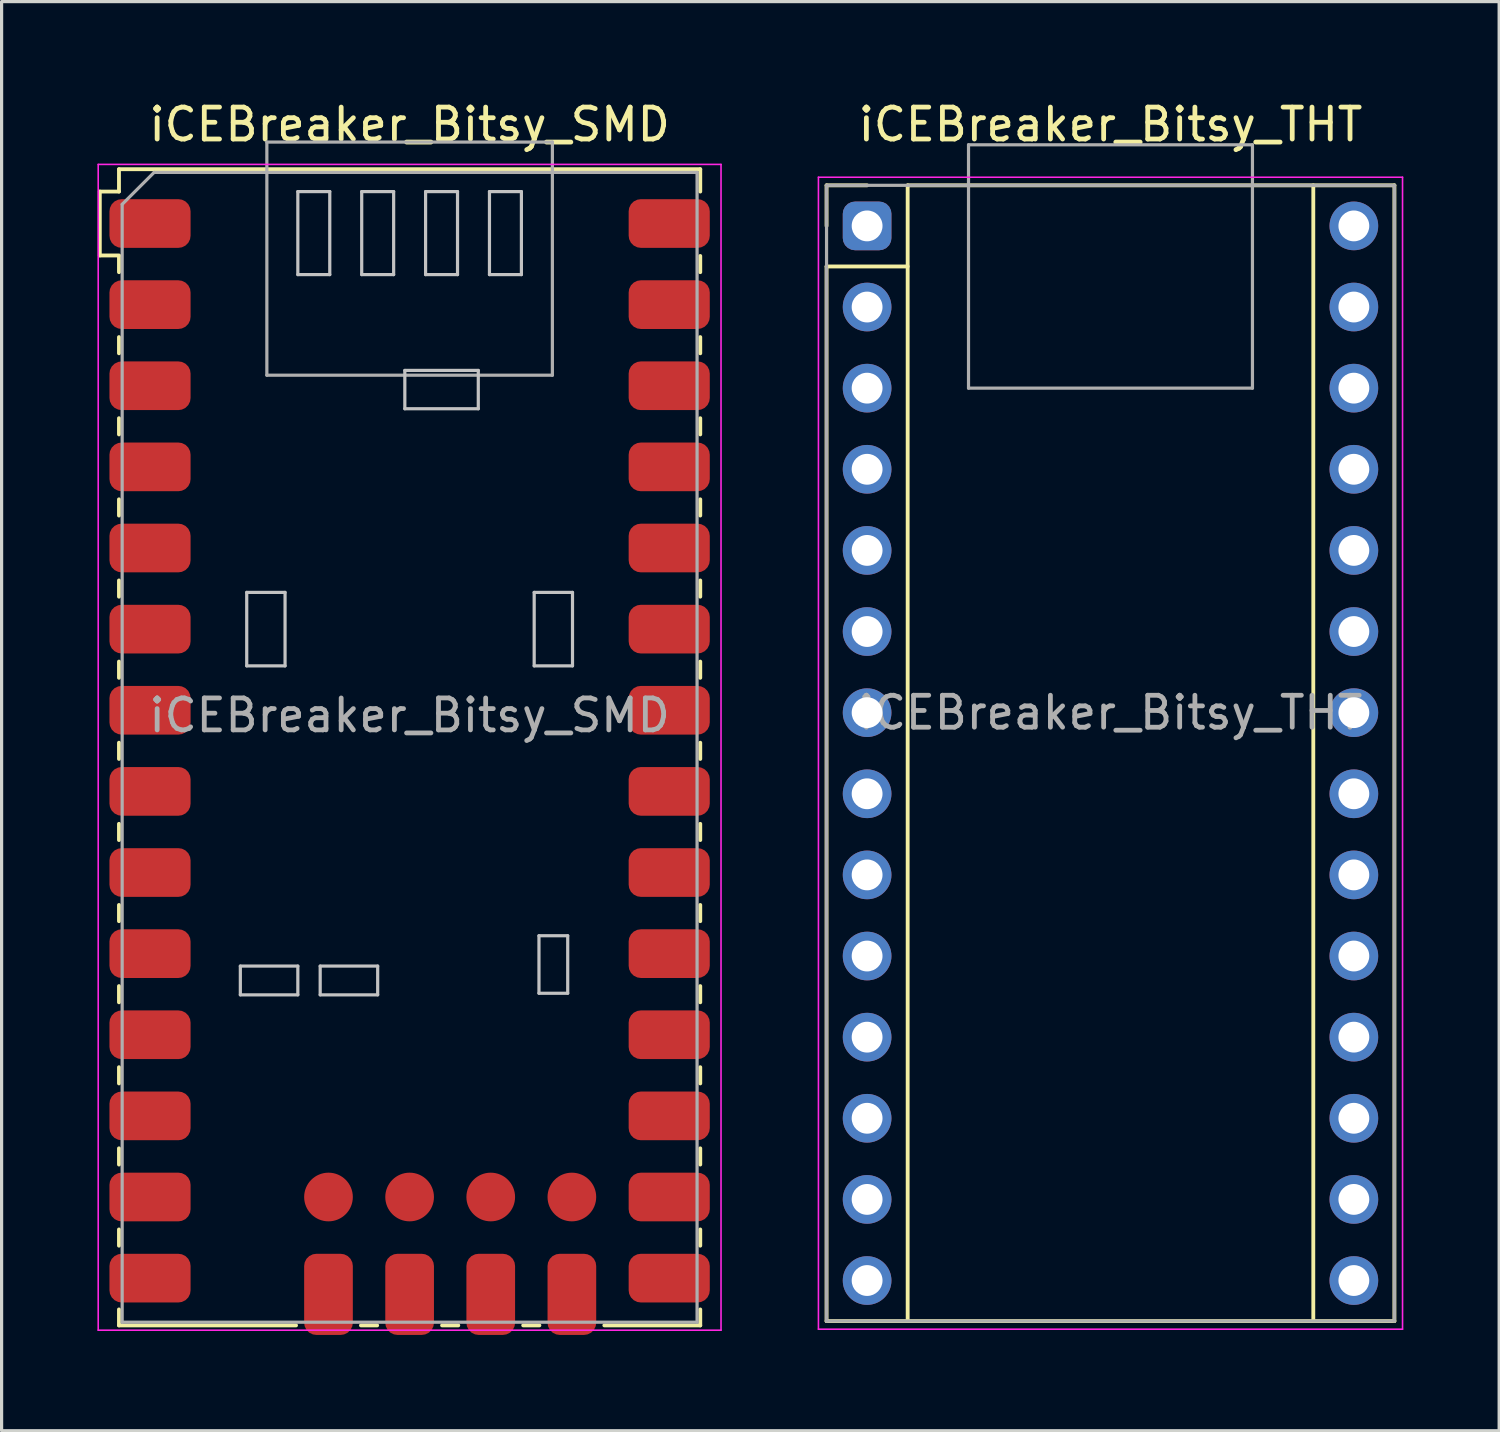
<source format=kicad_pcb>
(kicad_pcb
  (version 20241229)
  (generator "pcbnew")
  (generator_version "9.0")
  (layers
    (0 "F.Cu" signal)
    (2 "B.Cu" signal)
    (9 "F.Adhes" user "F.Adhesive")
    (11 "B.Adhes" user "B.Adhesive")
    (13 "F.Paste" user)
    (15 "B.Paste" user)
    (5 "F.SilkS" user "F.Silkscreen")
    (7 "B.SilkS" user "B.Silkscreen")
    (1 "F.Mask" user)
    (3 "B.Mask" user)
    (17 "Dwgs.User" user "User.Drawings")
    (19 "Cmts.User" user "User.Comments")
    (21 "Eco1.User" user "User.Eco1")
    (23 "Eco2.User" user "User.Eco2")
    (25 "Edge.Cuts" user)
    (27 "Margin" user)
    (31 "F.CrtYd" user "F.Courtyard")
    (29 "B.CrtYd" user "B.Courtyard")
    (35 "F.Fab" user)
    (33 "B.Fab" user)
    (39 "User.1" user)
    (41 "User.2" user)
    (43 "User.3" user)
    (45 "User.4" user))
  (footprint "iCEBreaker_Bitsy_THT"
    (layer "F.Cu")
    (at 31.719 20.533)
    (property "Reference" "iCEBreaker_Bitsy_THT" (at 0 -19.685 0) (layer "F.SilkS") (effects (font (size 1 1) (thickness 0.15))))
    (attr through_hole)
    (fp_line (start -8.89 -17.78) (end -8.89 -16.51) (stroke (width 0.12) (type solid)) (layer "F.SilkS"))
    (fp_line (start -8.89 -15.24) (end -6.35 -15.24) (stroke (width 0.12) (type solid)) (layer "F.SilkS"))
    (fp_line (start -8.89 17.78) (end -8.89 -15.24) (stroke (width 0.12) (type solid)) (layer "F.SilkS"))
    (fp_line (start -7.62 -17.78) (end -8.89 -17.78) (stroke (width 0.12) (type solid)) (layer "F.SilkS"))
    (fp_line (start -6.35 -17.78) (end -6.35 17.78) (stroke (width 0.12) (type solid)) (layer "F.SilkS"))
    (fp_line (start -6.35 -17.78) (end 8.89 -17.78) (stroke (width 0.12) (type solid)) (layer "F.SilkS"))
    (fp_line (start 6.35 17.78) (end 6.35 -17.78) (stroke (width 0.12) (type solid)) (layer "F.SilkS"))
    (fp_line (start 8.89 -17.78) (end 8.89 17.78) (stroke (width 0.12) (type solid)) (layer "F.SilkS"))
    (fp_line (start 8.89 17.78) (end -8.89 17.78) (stroke (width 0.12) (type solid)) (layer "F.SilkS"))
    (fp_line (start -9.144 -18.034) (end 9.144 -18.034) (stroke (width 0.05) (type solid)) (layer "F.CrtYd"))
    (fp_line (start -9.144 18.034) (end -9.144 -18.034) (stroke (width 0.05) (type solid)) (layer "F.CrtYd"))
    (fp_line (start 9.144 -18.034) (end 9.144 18.034) (stroke (width 0.05) (type solid)) (layer "F.CrtYd"))
    (fp_line (start 9.144 18.034) (end -9.144 18.034) (stroke (width 0.05) (type solid)) (layer "F.CrtYd"))
    (fp_line (start -8.89 -17.78) (end 8.89 -17.78) (stroke (width 0.1) (type solid)) (layer "F.Fab"))
    (fp_line (start -8.89 17.78) (end -8.89 -17.78) (stroke (width 0.1) (type solid)) (layer "F.Fab"))
    (fp_line (start -4.445 -19.05) (end -4.445 -11.43) (stroke (width 0.1) (type solid)) (layer "F.Fab"))
    (fp_line (start -4.445 -19.05) (end 4.445 -19.05) (stroke (width 0.1) (type solid)) (layer "F.Fab"))
    (fp_line (start -4.445 -11.43) (end 4.445 -11.43) (stroke (width 0.1) (type solid)) (layer "F.Fab"))
    (fp_line (start 4.445 -19.05) (end 4.445 -11.43) (stroke (width 0.1) (type solid)) (layer "F.Fab"))
    (fp_line (start 8.89 -17.78) (end 8.89 17.78) (stroke (width 0.1) (type solid)) (layer "F.Fab"))
    (fp_line (start 8.89 17.78) (end -8.89 17.78) (stroke (width 0.1) (type solid)) (layer "F.Fab"))
    (fp_text user "${REFERENCE}" (at 0 -1.27 0) (layer "F.Fab") (effects (font (size 1 1) (thickness 0.15))))
    (pad "1" thru_hole roundrect (at -7.62 -16.51 270) (size 1.524 1.524) (drill 0.965) (layers "*.Cu" "*.Mask") (roundrect_rratio 0.25))
    (pad "2" thru_hole circle (at -7.62 -13.97 270) (size 1.524 1.524) (drill 0.965) (layers "*.Cu" "*.Mask"))
    (pad "3" thru_hole circle (at -7.62 -11.43 270) (size 1.524 1.524) (drill 0.965) (layers "*.Cu" "*.Mask"))
    (pad "4" thru_hole circle (at -7.62 -8.89 270) (size 1.524 1.524) (drill 0.965) (layers "*.Cu" "*.Mask"))
    (pad "5" thru_hole circle (at -7.62 -6.35 270) (size 1.524 1.524) (drill 0.965) (layers "*.Cu" "*.Mask"))
    (pad "6" thru_hole circle (at -7.62 -3.81 270) (size 1.524 1.524) (drill 0.965) (layers "*.Cu" "*.Mask"))
    (pad "7" thru_hole circle (at -7.62 -1.27 270) (size 1.524 1.524) (drill 0.965) (layers "*.Cu" "*.Mask"))
    (pad "8" thru_hole circle (at -7.62 1.27 270) (size 1.524 1.524) (drill 0.965) (layers "*.Cu" "*.Mask"))
    (pad "9" thru_hole circle (at -7.62 3.81 270) (size 1.524 1.524) (drill 0.965) (layers "*.Cu" "*.Mask"))
    (pad "10" thru_hole circle (at -7.62 6.35 270) (size 1.524 1.524) (drill 0.965) (layers "*.Cu" "*.Mask"))
    (pad "11" thru_hole circle (at -7.62 8.89 270) (size 1.524 1.524) (drill 0.965) (layers "*.Cu" "*.Mask"))
    (pad "12" thru_hole circle (at -7.62 11.43 270) (size 1.524 1.524) (drill 0.965) (layers "*.Cu" "*.Mask"))
    (pad "13" thru_hole circle (at -7.62 13.97 270) (size 1.524 1.524) (drill 0.965) (layers "*.Cu" "*.Mask"))
    (pad "14" thru_hole circle (at -7.62 16.51 270) (size 1.524 1.524) (drill 0.965) (layers "*.Cu" "*.Mask"))
    (pad "15" thru_hole circle (at 7.62 16.51 270) (size 1.524 1.524) (drill 0.965) (layers "*.Cu" "*.Mask"))
    (pad "16" thru_hole circle (at 7.62 13.97 270) (size 1.524 1.524) (drill 0.965) (layers "*.Cu" "*.Mask"))
    (pad "17" thru_hole circle (at 7.62 11.43 270) (size 1.524 1.524) (drill 0.965) (layers "*.Cu" "*.Mask"))
    (pad "18" thru_hole circle (at 7.62 8.89 270) (size 1.524 1.524) (drill 0.965) (layers "*.Cu" "*.Mask"))
    (pad "19" thru_hole circle (at 7.62 6.35 270) (size 1.524 1.524) (drill 0.965) (layers "*.Cu" "*.Mask"))
    (pad "20" thru_hole circle (at 7.62 3.81 270) (size 1.524 1.524) (drill 0.965) (layers "*.Cu" "*.Mask"))
    (pad "21" thru_hole circle (at 7.62 1.27 270) (size 1.524 1.524) (drill 0.965) (layers "*.Cu" "*.Mask"))
    (pad "22" thru_hole circle (at 7.62 -1.27 270) (size 1.524 1.524) (drill 0.965) (layers "*.Cu" "*.Mask"))
    (pad "23" thru_hole circle (at 7.62 -3.81 270) (size 1.524 1.524) (drill 0.965) (layers "*.Cu" "*.Mask"))
    (pad "24" thru_hole circle (at 7.62 -6.35 270) (size 1.524 1.524) (drill 0.965) (layers "*.Cu" "*.Mask"))
    (pad "25" thru_hole circle (at 7.62 -8.89 270) (size 1.524 1.524) (drill 0.965) (layers "*.Cu" "*.Mask"))
    (pad "26" thru_hole circle (at 7.62 -11.43 270) (size 1.524 1.524) (drill 0.965) (layers "*.Cu" "*.Mask"))
    (pad "27" thru_hole circle (at 7.62 -13.97 270) (size 1.524 1.524) (drill 0.965) (layers "*.Cu" "*.Mask"))
    (pad "28" thru_hole circle (at 7.62 -16.51 270) (size 1.524 1.524) (drill 0.965) (layers "*.Cu" "*.Mask")))
  (footprint "iCEBreaker_Bitsy_SMD"
    (layer "F.Cu")
    (at 9.775 20.348)
    (property "Reference" "iCEBreaker_Bitsy_SMD" (at 0 -19.5 0) (layer "F.SilkS") (effects (font (size 1 1) (thickness 0.15))))
    (attr smd)
    (fp_line (start -9.7 -17.4) (end -9.7 -15.4) (stroke (width 0.12) (type solid)) (layer "F.SilkS"))
    (fp_line (start -9.7 -15.4) (end -9.1 -15.4) (stroke (width 0.12) (type solid)) (layer "F.SilkS"))
    (fp_line (start -9.1 -18.1) (end -9.1 -17.4) (stroke (width 0.12) (type solid)) (layer "F.SilkS"))
    (fp_line (start -9.1 -18.1) (end 9.1 -18.1) (stroke (width 0.12) (type solid)) (layer "F.SilkS"))
    (fp_line (start -9.1 -17.4) (end -9.7 -17.4) (stroke (width 0.12) (type solid)) (layer "F.SilkS"))
    (fp_line (start -9.1 -15.384) (end -9.1 -14.876) (stroke (width 0.12) (type solid)) (layer "F.SilkS"))
    (fp_line (start -9.1 -12.844) (end -9.1 -12.336) (stroke (width 0.12) (type solid)) (layer "F.SilkS"))
    (fp_line (start -9.1 -10.304) (end -9.1 -9.796) (stroke (width 0.12) (type solid)) (layer "F.SilkS"))
    (fp_line (start -9.1 -7.764) (end -9.1 -7.256) (stroke (width 0.12) (type solid)) (layer "F.SilkS"))
    (fp_line (start -9.1 -5.224) (end -9.1 -4.716) (stroke (width 0.12) (type solid)) (layer "F.SilkS"))
    (fp_line (start -9.1 -2.684) (end -9.1 -2.176) (stroke (width 0.12) (type solid)) (layer "F.SilkS"))
    (fp_line (start -9.1 -0.144) (end -9.1 0.364) (stroke (width 0.12) (type solid)) (layer "F.SilkS"))
    (fp_line (start -9.1 2.396) (end -9.1 2.904) (stroke (width 0.12) (type solid)) (layer "F.SilkS"))
    (fp_line (start -9.1 4.936) (end -9.1 5.444) (stroke (width 0.12) (type solid)) (layer "F.SilkS"))
    (fp_line (start -9.1 7.476) (end -9.1 7.984) (stroke (width 0.12) (type solid)) (layer "F.SilkS"))
    (fp_line (start -9.1 10.016) (end -9.1 10.524) (stroke (width 0.12) (type solid)) (layer "F.SilkS"))
    (fp_line (start -9.1 12.556) (end -9.1 13.064) (stroke (width 0.12) (type solid)) (layer "F.SilkS"))
    (fp_line (start -9.1 15.096) (end -9.1 15.604) (stroke (width 0.12) (type solid)) (layer "F.SilkS"))
    (fp_line (start -9.1 18.1) (end -9.1 17.6) (stroke (width 0.12) (type solid)) (layer "F.SilkS"))
    (fp_line (start -3.556 18.1) (end -9.1 18.1) (stroke (width 0.12) (type solid)) (layer "F.SilkS"))
    (fp_line (start -1.016 18.1) (end -1.524 18.1) (stroke (width 0.12) (type solid)) (layer "F.SilkS"))
    (fp_line (start 1.524 18.1) (end 1.016 18.1) (stroke (width 0.12) (type solid)) (layer "F.SilkS"))
    (fp_line (start 4.064 18.1) (end 3.556 18.1) (stroke (width 0.12) (type solid)) (layer "F.SilkS"))
    (fp_line (start 9.1 -18.1) (end 9.1 -17.4) (stroke (width 0.12) (type solid)) (layer "F.SilkS"))
    (fp_line (start 9.1 -15.384) (end 9.1 -14.876) (stroke (width 0.12) (type solid)) (layer "F.SilkS"))
    (fp_line (start 9.1 -12.844) (end 9.1 -12.336) (stroke (width 0.12) (type solid)) (layer "F.SilkS"))
    (fp_line (start 9.1 -10.304) (end 9.1 -9.796) (stroke (width 0.12) (type solid)) (layer "F.SilkS"))
    (fp_line (start 9.1 -7.764) (end 9.1 -7.256) (stroke (width 0.12) (type solid)) (layer "F.SilkS"))
    (fp_line (start 9.1 -5.224) (end 9.1 -4.716) (stroke (width 0.12) (type solid)) (layer "F.SilkS"))
    (fp_line (start 9.1 -2.684) (end 9.1 -2.176) (stroke (width 0.12) (type solid)) (layer "F.SilkS"))
    (fp_line (start 9.1 -0.144) (end 9.1 0.364) (stroke (width 0.12) (type solid)) (layer "F.SilkS"))
    (fp_line (start 9.1 2.396) (end 9.1 2.904) (stroke (width 0.12) (type solid)) (layer "F.SilkS"))
    (fp_line (start 9.1 4.936) (end 9.1 5.444) (stroke (width 0.12) (type solid)) (layer "F.SilkS"))
    (fp_line (start 9.1 7.476) (end 9.1 7.984) (stroke (width 0.12) (type solid)) (layer "F.SilkS"))
    (fp_line (start 9.1 10.016) (end 9.1 10.524) (stroke (width 0.12) (type solid)) (layer "F.SilkS"))
    (fp_line (start 9.1 12.556) (end 9.1 13.064) (stroke (width 0.12) (type solid)) (layer "F.SilkS"))
    (fp_line (start 9.1 15.096) (end 9.1 15.604) (stroke (width 0.12) (type solid)) (layer "F.SilkS"))
    (fp_line (start 9.1 18.1) (end 6.096 18.1) (stroke (width 0.12) (type solid)) (layer "F.SilkS"))
    (fp_line (start 9.1 18.1) (end 9.1 17.6) (stroke (width 0.12) (type solid)) (layer "F.SilkS"))
    (fp_line (start -5.3 6.85) (end -3.5 6.85) (stroke (width 0.1) (type solid)) (layer "Dwgs.User"))
    (fp_line (start -5.3 7.75) (end -5.3 6.85) (stroke (width 0.1) (type solid)) (layer "Dwgs.User"))
    (fp_line (start -5.1 -4.85) (end -5.1 -2.55) (stroke (width 0.1) (type solid)) (layer "Dwgs.User"))
    (fp_line (start -5.1 -2.55) (end -3.9 -2.55) (stroke (width 0.1) (type solid)) (layer "Dwgs.User"))
    (fp_line (start -3.9 -4.85) (end -5.1 -4.85) (stroke (width 0.1) (type solid)) (layer "Dwgs.User"))
    (fp_line (start -3.9 -2.55) (end -3.9 -4.85) (stroke (width 0.1) (type solid)) (layer "Dwgs.User"))
    (fp_line (start -3.5 -17.4) (end -2.5 -17.4) (stroke (width 0.1) (type solid)) (layer "Dwgs.User"))
    (fp_line (start -3.5 -14.8) (end -3.5 -17.4) (stroke (width 0.1) (type solid)) (layer "Dwgs.User"))
    (fp_line (start -3.5 6.85) (end -3.5 7.75) (stroke (width 0.1) (type solid)) (layer "Dwgs.User"))
    (fp_line (start -3.5 7.75) (end -5.3 7.75) (stroke (width 0.1) (type solid)) (layer "Dwgs.User"))
    (fp_line (start -2.8 6.85) (end -1 6.85) (stroke (width 0.1) (type solid)) (layer "Dwgs.User"))
    (fp_line (start -2.8 7.75) (end -2.8 6.85) (stroke (width 0.1) (type solid)) (layer "Dwgs.User"))
    (fp_line (start -2.5 -17.4) (end -2.5 -14.8) (stroke (width 0.1) (type solid)) (layer "Dwgs.User"))
    (fp_line (start -2.5 -14.8) (end -3.5 -14.8) (stroke (width 0.1) (type solid)) (layer "Dwgs.User"))
    (fp_line (start -1.5 -17.4) (end -0.5 -17.4) (stroke (width 0.1) (type solid)) (layer "Dwgs.User"))
    (fp_line (start -1.5 -14.8) (end -1.5 -17.4) (stroke (width 0.1) (type solid)) (layer "Dwgs.User"))
    (fp_line (start -1 6.85) (end -1 7.75) (stroke (width 0.1) (type solid)) (layer "Dwgs.User"))
    (fp_line (start -1 7.75) (end -2.8 7.75) (stroke (width 0.1) (type solid)) (layer "Dwgs.User"))
    (fp_line (start -0.5 -17.4) (end -0.5 -14.8) (stroke (width 0.1) (type solid)) (layer "Dwgs.User"))
    (fp_line (start -0.5 -14.8) (end -1.5 -14.8) (stroke (width 0.1) (type solid)) (layer "Dwgs.User"))
    (fp_line (start -0.15 -11.8) (end 2.15 -11.8) (stroke (width 0.1) (type solid)) (layer "Dwgs.User"))
    (fp_line (start -0.15 -10.6) (end -0.15 -11.8) (stroke (width 0.1) (type solid)) (layer "Dwgs.User"))
    (fp_line (start 0.5 -17.4) (end 1.5 -17.4) (stroke (width 0.1) (type solid)) (layer "Dwgs.User"))
    (fp_line (start 0.5 -14.8) (end 0.5 -17.4) (stroke (width 0.1) (type solid)) (layer "Dwgs.User"))
    (fp_line (start 1.5 -17.4) (end 1.5 -14.8) (stroke (width 0.1) (type solid)) (layer "Dwgs.User"))
    (fp_line (start 1.5 -14.8) (end 0.5 -14.8) (stroke (width 0.1) (type solid)) (layer "Dwgs.User"))
    (fp_line (start 2.15 -11.8) (end 2.15 -10.6) (stroke (width 0.1) (type solid)) (layer "Dwgs.User"))
    (fp_line (start 2.15 -10.6) (end -0.15 -10.6) (stroke (width 0.1) (type solid)) (layer "Dwgs.User"))
    (fp_line (start 2.5 -17.4) (end 3.5 -17.4) (stroke (width 0.1) (type solid)) (layer "Dwgs.User"))
    (fp_line (start 2.5 -14.8) (end 2.5 -17.4) (stroke (width 0.1) (type solid)) (layer "Dwgs.User"))
    (fp_line (start 3.5 -17.4) (end 3.5 -14.8) (stroke (width 0.1) (type solid)) (layer "Dwgs.User"))
    (fp_line (start 3.5 -14.8) (end 2.5 -14.8) (stroke (width 0.1) (type solid)) (layer "Dwgs.User"))
    (fp_line (start 3.9 -4.85) (end 5.1 -4.85) (stroke (width 0.1) (type solid)) (layer "Dwgs.User"))
    (fp_line (start 3.9 -2.55) (end 3.9 -4.85) (stroke (width 0.1) (type solid)) (layer "Dwgs.User"))
    (fp_line (start 4.05 5.9) (end 4.95 5.9) (stroke (width 0.1) (type solid)) (layer "Dwgs.User"))
    (fp_line (start 4.05 7.7) (end 4.05 5.9) (stroke (width 0.1) (type solid)) (layer "Dwgs.User"))
    (fp_line (start 4.95 5.9) (end 4.95 7.7) (stroke (width 0.1) (type solid)) (layer "Dwgs.User"))
    (fp_line (start 4.95 7.7) (end 4.05 7.7) (stroke (width 0.1) (type solid)) (layer "Dwgs.User"))
    (fp_line (start 5.1 -4.85) (end 5.1 -2.55) (stroke (width 0.1) (type solid)) (layer "Dwgs.User"))
    (fp_line (start 5.1 -2.55) (end 3.9 -2.55) (stroke (width 0.1) (type solid)) (layer "Dwgs.User"))
    (fp_line (start -9.75 -18.25) (end 9.75 -18.25) (stroke (width 0.05) (type solid)) (layer "F.CrtYd"))
    (fp_line (start -9.75 18.25) (end -9.75 -18.25) (stroke (width 0.05) (type solid)) (layer "F.CrtYd"))
    (fp_line (start 9.75 -18.25) (end 9.75 18.25) (stroke (width 0.05) (type solid)) (layer "F.CrtYd"))
    (fp_line (start 9.75 18.25) (end -9.75 18.25) (stroke (width 0.05) (type solid)) (layer "F.CrtYd"))
    (fp_line (start -9 -17) (end -8 -18) (stroke (width 0.1) (type solid)) (layer "F.Fab"))
    (fp_line (start -9 18) (end -9 -17) (stroke (width 0.1) (type solid)) (layer "F.Fab"))
    (fp_line (start -8 -18) (end 9 -18) (stroke (width 0.1) (type solid)) (layer "F.Fab"))
    (fp_line (start -4.47 -18.95) (end -4.47 -11.65) (stroke (width 0.1) (type solid)) (layer "F.Fab"))
    (fp_line (start -4.47 -18.95) (end 4.47 -18.95) (stroke (width 0.1) (type solid)) (layer "F.Fab"))
    (fp_line (start -4.47 -11.65) (end 4.47 -11.65) (stroke (width 0.1) (type solid)) (layer "F.Fab"))
    (fp_line (start 4.47 -18.95) (end 4.47 -11.65) (stroke (width 0.1) (type solid)) (layer "F.Fab"))
    (fp_line (start 9 -18) (end 9 18) (stroke (width 0.1) (type solid)) (layer "F.Fab"))
    (fp_line (start 9 18) (end -9 18) (stroke (width 0.1) (type solid)) (layer "F.Fab"))
    (fp_text user "${REFERENCE}" (at 0 -1 0) (layer "F.Fab") (effects (font (size 1 1) (thickness 0.15))))
    (pad "1" smd roundrect (at -8.128 -16.4) (size 2.54 1.524) (layers "F.Cu" "F.Mask" "F.Paste") (roundrect_rratio 0.25))
    (pad "2" smd roundrect (at -8.128 -13.86) (size 2.54 1.524) (layers "F.Cu" "F.Mask" "F.Paste") (roundrect_rratio 0.25))
    (pad "3" smd roundrect (at -8.128 -11.32) (size 2.54 1.524) (layers "F.Cu" "F.Mask" "F.Paste") (roundrect_rratio 0.25))
    (pad "4" smd roundrect (at -8.128 -8.78) (size 2.54 1.524) (layers "F.Cu" "F.Mask" "F.Paste") (roundrect_rratio 0.25))
    (pad "5" smd roundrect (at -8.128 -6.24) (size 2.54 1.524) (layers "F.Cu" "F.Mask" "F.Paste") (roundrect_rratio 0.25))
    (pad "6" smd roundrect (at -8.128 -3.7) (size 2.54 1.524) (layers "F.Cu" "F.Mask" "F.Paste") (roundrect_rratio 0.25))
    (pad "7" smd roundrect (at -8.128 -1.16) (size 2.54 1.524) (layers "F.Cu" "F.Mask" "F.Paste") (roundrect_rratio 0.25))
    (pad "8" smd roundrect (at -8.128 1.38) (size 2.54 1.524) (layers "F.Cu" "F.Mask" "F.Paste") (roundrect_rratio 0.25))
    (pad "9" smd roundrect (at -8.128 3.92) (size 2.54 1.524) (layers "F.Cu" "F.Mask" "F.Paste") (roundrect_rratio 0.25))
    (pad "10" smd roundrect (at -8.128 6.46) (size 2.54 1.524) (layers "F.Cu" "F.Mask" "F.Paste") (roundrect_rratio 0.25))
    (pad "11" smd roundrect (at -8.128 9) (size 2.54 1.524) (layers "F.Cu" "F.Mask" "F.Paste") (roundrect_rratio 0.25))
    (pad "12" smd roundrect (at -8.128 11.54) (size 2.54 1.524) (layers "F.Cu" "F.Mask" "F.Paste") (roundrect_rratio 0.25))
    (pad "13" smd roundrect (at -8.128 14.08) (size 2.54 1.524) (layers "F.Cu" "F.Mask" "F.Paste") (roundrect_rratio 0.25))
    (pad "14" smd roundrect (at -8.128 16.62) (size 2.54 1.524) (layers "F.Cu" "F.Mask" "F.Paste") (roundrect_rratio 0.25))
    (pad "15" smd roundrect (at 8.128 16.62) (size 2.54 1.524) (layers "F.Cu" "F.Mask" "F.Paste") (roundrect_rratio 0.25))
    (pad "16" smd roundrect (at 8.128 14.08) (size 2.54 1.524) (layers "F.Cu" "F.Mask" "F.Paste") (roundrect_rratio 0.25))
    (pad "17" smd roundrect (at 8.128 11.54) (size 2.54 1.524) (layers "F.Cu" "F.Mask" "F.Paste") (roundrect_rratio 0.25))
    (pad "18" smd roundrect (at 8.128 9) (size 2.54 1.524) (layers "F.Cu" "F.Mask" "F.Paste") (roundrect_rratio 0.25))
    (pad "19" smd roundrect (at 8.128 6.46) (size 2.54 1.524) (layers "F.Cu" "F.Mask" "F.Paste") (roundrect_rratio 0.25))
    (pad "20" smd roundrect (at 8.128 3.92) (size 2.54 1.524) (layers "F.Cu" "F.Mask" "F.Paste") (roundrect_rratio 0.25))
    (pad "21" smd roundrect (at 8.128 1.38) (size 2.54 1.524) (layers "F.Cu" "F.Mask" "F.Paste") (roundrect_rratio 0.25))
    (pad "22" smd roundrect (at 8.128 -1.16) (size 2.54 1.524) (layers "F.Cu" "F.Mask" "F.Paste") (roundrect_rratio 0.25))
    (pad "23" smd roundrect (at 8.128 -3.7) (size 2.54 1.524) (layers "F.Cu" "F.Mask" "F.Paste") (roundrect_rratio 0.25))
    (pad "24" smd roundrect (at 8.128 -6.24) (size 2.54 1.524) (layers "F.Cu" "F.Mask" "F.Paste") (roundrect_rratio 0.25))
    (pad "25" smd roundrect (at 8.128 -8.78) (size 2.54 1.524) (layers "F.Cu" "F.Mask" "F.Paste") (roundrect_rratio 0.25))
    (pad "26" smd roundrect (at 8.128 -11.32) (size 2.54 1.524) (layers "F.Cu" "F.Mask" "F.Paste") (roundrect_rratio 0.25))
    (pad "27" smd roundrect (at 8.128 -13.86) (size 2.54 1.524) (layers "F.Cu" "F.Mask" "F.Paste") (roundrect_rratio 0.25))
    (pad "28" smd roundrect (at 8.128 -16.4) (size 2.54 1.524) (layers "F.Cu" "F.Mask" "F.Paste") (roundrect_rratio 0.25))
    (pad "29" smd roundrect (at -2.54 17.128 270) (size 2.54 1.524) (layers "F.Cu" "F.Mask" "F.Paste") (roundrect_rratio 0.25))
    (pad "30" smd roundrect (at 0 17.128 270) (size 2.54 1.524) (layers "F.Cu" "F.Mask" "F.Paste") (roundrect_rratio 0.25))
    (pad "31" smd roundrect (at 2.54 17.128 270) (size 2.54 1.524) (layers "F.Cu" "F.Mask" "F.Paste") (roundrect_rratio 0.25))
    (pad "32" smd roundrect (at 5.08 17.128 270) (size 2.54 1.524) (layers "F.Cu" "F.Mask" "F.Paste") (roundrect_rratio 0.25))
    (pad "33" smd circle (at -2.54 14.08) (size 1.524 1.524) (layers "F.Cu" "F.Mask" "F.Paste"))
    (pad "34" smd circle (at 0 14.08) (size 1.524 1.524) (layers "F.Cu" "F.Mask" "F.Paste"))
    (pad "35" smd circle (at 2.54 14.08) (size 1.524 1.524) (layers "F.Cu" "F.Mask" "F.Paste"))
    (pad "36" smd circle (at 5.08 14.08) (size 1.524 1.524) (layers "F.Cu" "F.Mask" "F.Paste")))
  (gr_rect
    (start -3 -3)
    (end 43.888 41.746)
    (stroke (width 0.1) (type default))
    (fill no)
    (layer "Edge.Cuts")))
</source>
